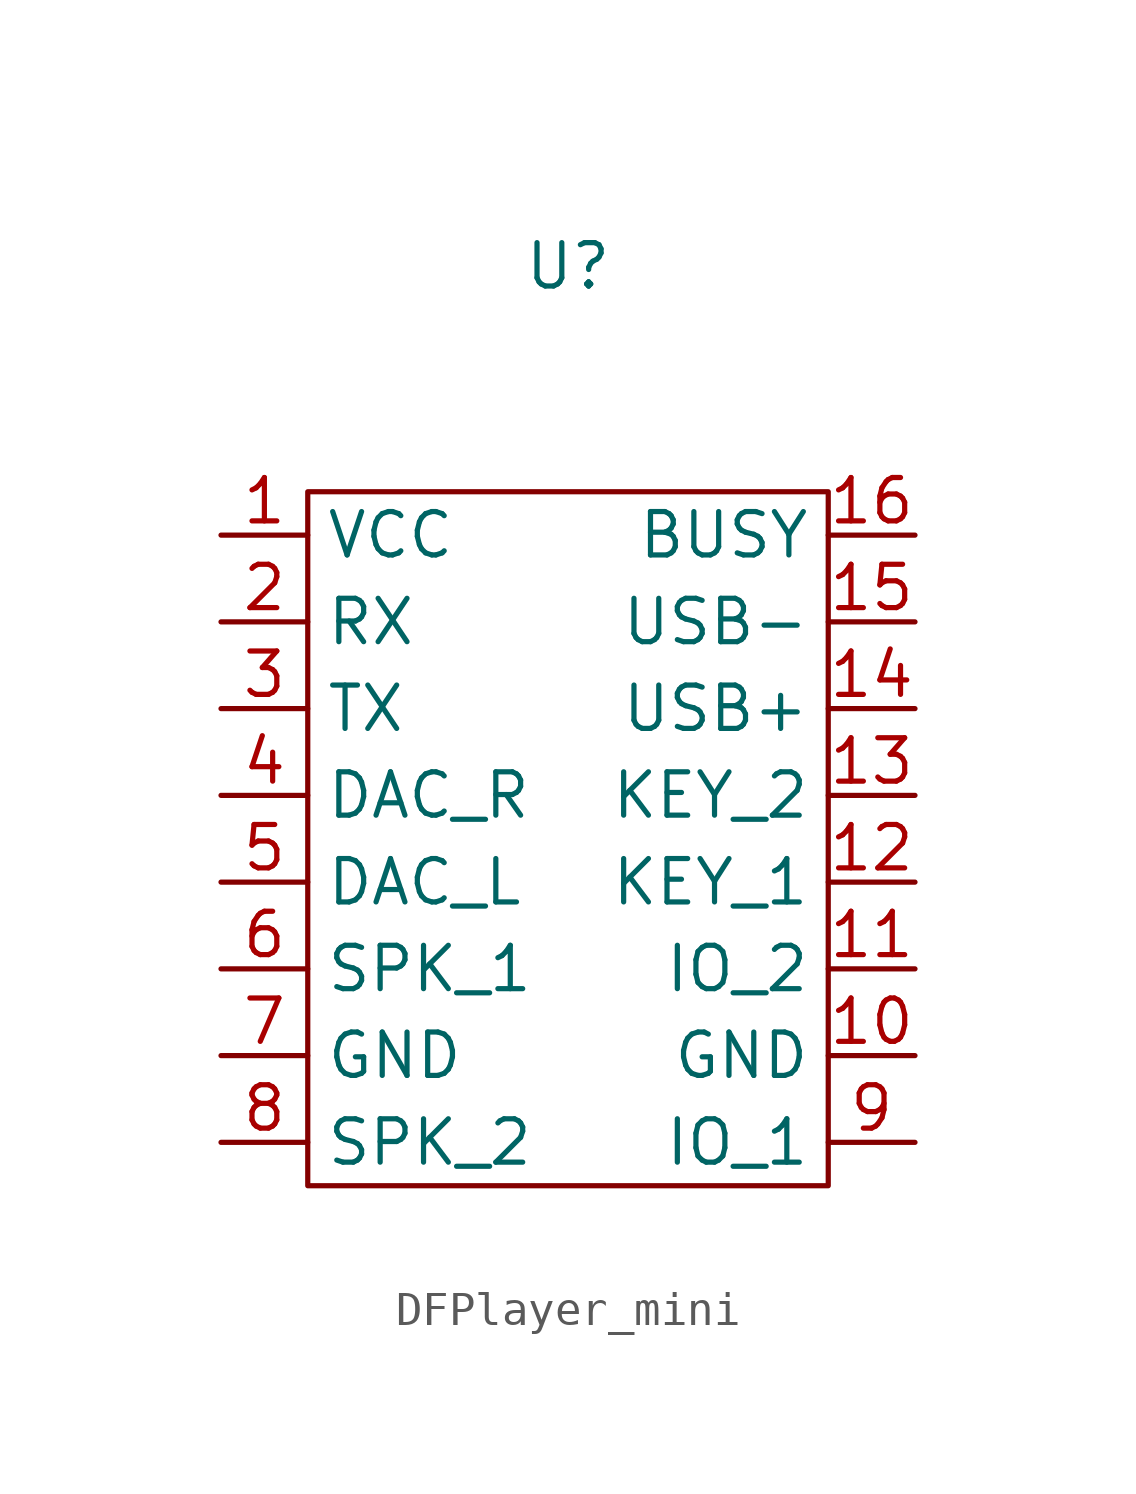
<source format=kicad_sym>
(kicad_symbol_lib
  (version 20241209)
  (generator "kicad_symbol_editor")
  (generator_version "9.0")
  (symbol "DFPlayer_mini"
    (property "Reference" "U"
      (at 0 14.224 0)
      (effects (font (size 1.27 1.27))))
    (property "Value" ""
      (at 0 0 0)
      (effects (font (size 1.27 1.27))))
    (symbol "DFPlayer_mini_0_1"
      (rectangle (start -7.62 7.62) (end 7.62 -12.7) (stroke (width 0) (type default)) (fill (type none))))
    (symbol "DFPlayer_mini_1_1"
      (pin input line (at -10.16 6.35 0) (length 2.54) (name "VCC" (effects (font (size 1.27 1.27)))) (number "1" (effects (font (size 1.27 1.27)))))
      (pin input line (at -10.16 3.81 0) (length 2.54) (name "RX" (effects (font (size 1.27 1.27)))) (number "2" (effects (font (size 1.27 1.27)))))
      (pin output line (at -10.16 1.27 0) (length 2.54) (name "TX" (effects (font (size 1.27 1.27)))) (number "3" (effects (font (size 1.27 1.27)))))
      (pin output line (at -10.16 -1.27 0) (length 2.54) (name "DAC_R" (effects (font (size 1.27 1.27)))) (number "4" (effects (font (size 1.27 1.27)))))
      (pin output line (at -10.16 -3.81 0) (length 2.54) (name "DAC_L" (effects (font (size 1.27 1.27)))) (number "5" (effects (font (size 1.27 1.27)))))
      (pin output line (at -10.16 -6.35 0) (length 2.54) (name "SPK_1" (effects (font (size 1.27 1.27)))) (number "6" (effects (font (size 1.27 1.27)))))
      (pin output line (at -10.16 -8.89 0) (length 2.54) (name "GND" (effects (font (size 1.27 1.27)))) (number "7" (effects (font (size 1.27 1.27)))))
      (pin output line (at -10.16 -11.43 0) (length 2.54) (name "SPK_2" (effects (font (size 1.27 1.27)))) (number "8" (effects (font (size 1.27 1.27)))))
      (pin output line (at 10.16 6.35 180) (length 2.54) (name "BUSY" (effects (font (size 1.27 1.27)))) (number "16" (effects (font (size 1.27 1.27)))))
      (pin input line (at 10.16 3.81 180) (length 2.54) (name "USB-" (effects (font (size 1.27 1.27)))) (number "15" (effects (font (size 1.27 1.27)))))
      (pin input line (at 10.16 1.27 180) (length 2.54) (name "USB+" (effects (font (size 1.27 1.27)))) (number "14" (effects (font (size 1.27 1.27)))))
      (pin input line (at 10.16 -1.27 180) (length 2.54) (name "KEY_2" (effects (font (size 1.27 1.27)))) (number "13" (effects (font (size 1.27 1.27)))))
      (pin input line (at 10.16 -3.81 180) (length 2.54) (name "KEY_1" (effects (font (size 1.27 1.27)))) (number "12" (effects (font (size 1.27 1.27)))))
      (pin input line (at 10.16 -6.35 180) (length 2.54) (name "IO_2" (effects (font (size 1.27 1.27)))) (number "11" (effects (font (size 1.27 1.27)))))
      (pin output line (at 10.16 -8.89 180) (length 2.54) (name "GND" (effects (font (size 1.27 1.27)))) (number "10" (effects (font (size 1.27 1.27)))))
      (pin input line (at 10.16 -11.43 180) (length 2.54) (name "IO_1" (effects (font (size 1.27 1.27)))) (number "9" (effects (font (size 1.27 1.27))))))))
</source>
